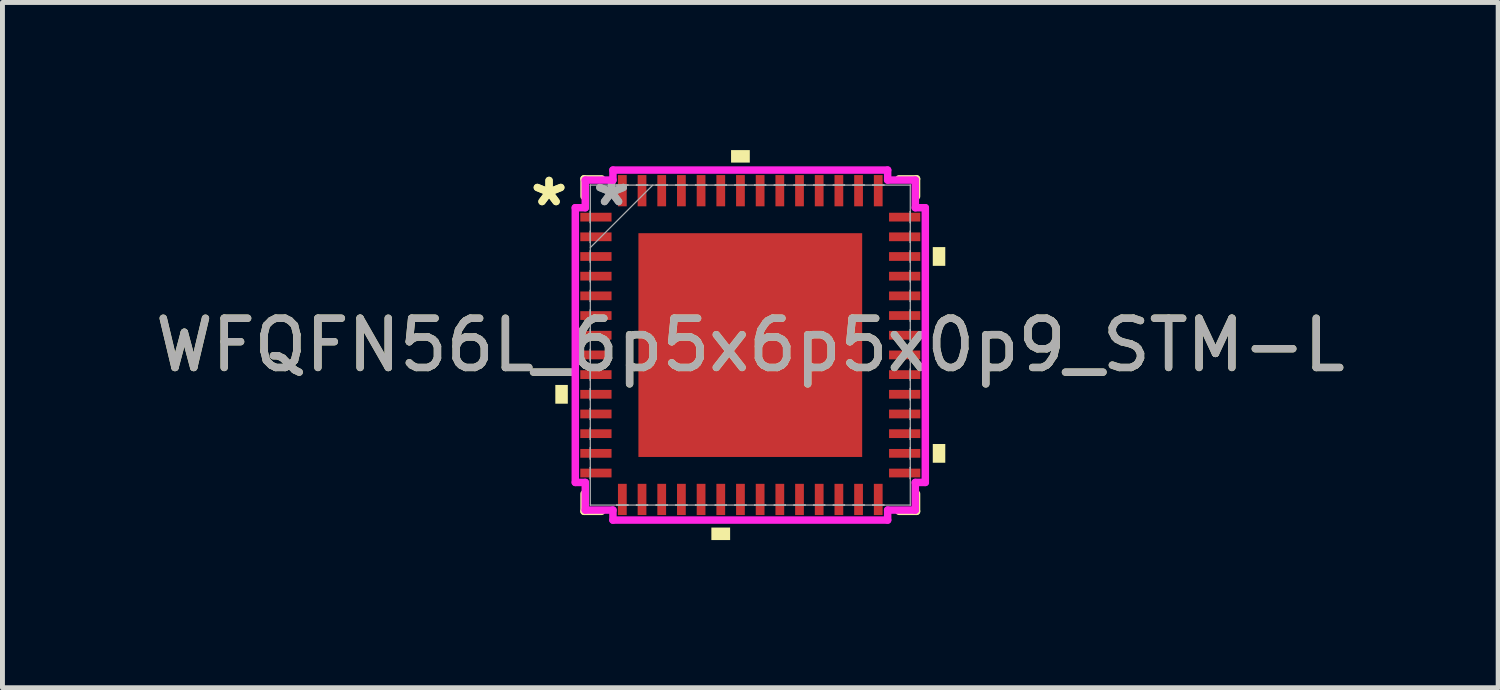
<source format=kicad_pcb>
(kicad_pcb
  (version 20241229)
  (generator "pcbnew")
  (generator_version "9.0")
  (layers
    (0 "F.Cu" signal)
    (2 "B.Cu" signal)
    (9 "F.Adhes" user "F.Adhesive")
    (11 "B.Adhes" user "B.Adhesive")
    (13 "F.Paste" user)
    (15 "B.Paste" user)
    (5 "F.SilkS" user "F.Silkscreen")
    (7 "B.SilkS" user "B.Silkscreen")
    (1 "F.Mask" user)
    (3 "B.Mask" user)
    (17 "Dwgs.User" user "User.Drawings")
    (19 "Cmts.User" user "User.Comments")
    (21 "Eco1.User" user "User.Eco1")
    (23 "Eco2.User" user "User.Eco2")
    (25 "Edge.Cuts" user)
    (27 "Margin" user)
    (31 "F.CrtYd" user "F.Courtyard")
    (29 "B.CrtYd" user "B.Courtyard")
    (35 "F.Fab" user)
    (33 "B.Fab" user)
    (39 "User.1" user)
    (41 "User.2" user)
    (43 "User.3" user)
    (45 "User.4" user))
  (footprint "WFQFN56L_6p5x6p5x0p9_STM-L"
    (layer "F.Cu")
    (at 12.196 3.962)
    (property "Reference" "WFQFN56L_6p5x6p5x0p9_STM-L" (at 0 0 0) (unlocked yes) (layer "F.SilkS") (effects (font (size 1 1) (thickness 0.15))))
    (attr smd)
    (fp_line (start -3.378 -3.378) (end -3.378 -3.022) (stroke (width 0.152) (type solid)) (layer "F.SilkS"))
    (fp_line (start -3.378 3.022) (end -3.378 3.378) (stroke (width 0.152) (type solid)) (layer "F.SilkS"))
    (fp_line (start -3.378 3.378) (end -3.022 3.378) (stroke (width 0.152) (type solid)) (layer "F.SilkS"))
    (fp_line (start -3.022 -3.378) (end -3.378 -3.378) (stroke (width 0.152) (type solid)) (layer "F.SilkS"))
    (fp_line (start 3.022 3.378) (end 3.378 3.378) (stroke (width 0.152) (type solid)) (layer "F.SilkS"))
    (fp_line (start 3.378 -3.378) (end 3.022 -3.378) (stroke (width 0.152) (type solid)) (layer "F.SilkS"))
    (fp_line (start 3.378 -3.022) (end 3.378 -3.378) (stroke (width 0.152) (type solid)) (layer "F.SilkS"))
    (fp_line (start 3.378 3.378) (end 3.378 3.022) (stroke (width 0.152) (type solid)) (layer "F.SilkS"))
    (fp_poly (pts (xy -3.962 0.81) (xy -3.962 1.191) (xy -3.708 1.191) (xy -3.708 0.81)) (stroke (width 0) (type solid)) (fill yes) (layer "F.SilkS"))
    (fp_poly (pts (xy -0.791 3.708) (xy -0.791 3.962) (xy -0.41 3.962) (xy -0.41 3.708)) (stroke (width 0) (type solid)) (fill yes) (layer "F.SilkS"))
    (fp_poly (pts (xy -0.391 -3.708) (xy -0.391 -3.962) (xy -0.01 -3.962) (xy -0.01 -3.708)) (stroke (width 0) (type solid)) (fill yes) (layer "F.SilkS"))
    (fp_poly (pts (xy 3.962 -1.991) (xy 3.962 -1.61) (xy 3.708 -1.61) (xy 3.708 -1.991)) (stroke (width 0) (type solid)) (fill yes) (layer "F.SilkS"))
    (fp_poly (pts (xy 3.962 2.01) (xy 3.962 2.391) (xy 3.708 2.391) (xy 3.708 2.01)) (stroke (width 0) (type solid)) (fill yes) (layer "F.SilkS"))
    (fp_poly (pts (xy -2.173 -2.173) (xy -2.173 -0.858) (xy -0.858 -0.858) (xy -0.858 -2.173)) (stroke (width 0) (type solid)) (fill yes) (layer "F.Paste"))
    (fp_poly (pts (xy -2.173 -0.658) (xy -2.173 0.658) (xy -0.858 0.658) (xy -0.858 -0.658)) (stroke (width 0) (type solid)) (fill yes) (layer "F.Paste"))
    (fp_poly (pts (xy -2.173 0.858) (xy -2.173 2.173) (xy -0.858 2.173) (xy -0.858 0.858)) (stroke (width 0) (type solid)) (fill yes) (layer "F.Paste"))
    (fp_poly (pts (xy -0.658 -2.173) (xy -0.658 -0.858) (xy 0.658 -0.858) (xy 0.658 -2.173)) (stroke (width 0) (type solid)) (fill yes) (layer "F.Paste"))
    (fp_poly (pts (xy -0.658 -0.658) (xy -0.658 0.658) (xy 0.658 0.658) (xy 0.658 -0.658)) (stroke (width 0) (type solid)) (fill yes) (layer "F.Paste"))
    (fp_poly (pts (xy -0.658 0.858) (xy -0.658 2.173) (xy 0.658 2.173) (xy 0.658 0.858)) (stroke (width 0) (type solid)) (fill yes) (layer "F.Paste"))
    (fp_poly (pts (xy 0.858 -2.173) (xy 0.858 -0.858) (xy 2.173 -0.858) (xy 2.173 -2.173)) (stroke (width 0) (type solid)) (fill yes) (layer "F.Paste"))
    (fp_poly (pts (xy 0.858 -0.658) (xy 0.858 0.658) (xy 2.173 0.658) (xy 2.173 -0.658)) (stroke (width 0) (type solid)) (fill yes) (layer "F.Paste"))
    (fp_poly (pts (xy 0.858 0.858) (xy 0.858 2.173) (xy 2.173 2.173) (xy 2.173 0.858)) (stroke (width 0) (type solid)) (fill yes) (layer "F.Paste"))
    (fp_line (start -3.556 -2.791) (end -3.353 -2.791) (stroke (width 0.152) (type solid)) (layer "F.CrtYd"))
    (fp_line (start -3.556 2.791) (end -3.556 -2.791) (stroke (width 0.152) (type solid)) (layer "F.CrtYd"))
    (fp_line (start -3.353 -3.353) (end -2.791 -3.353) (stroke (width 0.152) (type solid)) (layer "F.CrtYd"))
    (fp_line (start -3.353 -2.791) (end -3.353 -3.353) (stroke (width 0.152) (type solid)) (layer "F.CrtYd"))
    (fp_line (start -3.353 2.791) (end -3.556 2.791) (stroke (width 0.152) (type solid)) (layer "F.CrtYd"))
    (fp_line (start -3.353 3.353) (end -3.353 2.791) (stroke (width 0.152) (type solid)) (layer "F.CrtYd"))
    (fp_line (start -2.791 -3.556) (end 2.791 -3.556) (stroke (width 0.152) (type solid)) (layer "F.CrtYd"))
    (fp_line (start -2.791 -3.353) (end -2.791 -3.556) (stroke (width 0.152) (type solid)) (layer "F.CrtYd"))
    (fp_line (start -2.791 3.353) (end -3.353 3.353) (stroke (width 0.152) (type solid)) (layer "F.CrtYd"))
    (fp_line (start -2.791 3.556) (end -2.791 3.353) (stroke (width 0.152) (type solid)) (layer "F.CrtYd"))
    (fp_line (start 2.791 -3.556) (end 2.791 -3.353) (stroke (width 0.152) (type solid)) (layer "F.CrtYd"))
    (fp_line (start 2.791 -3.353) (end 3.353 -3.353) (stroke (width 0.152) (type solid)) (layer "F.CrtYd"))
    (fp_line (start 2.791 3.353) (end 2.791 3.556) (stroke (width 0.152) (type solid)) (layer "F.CrtYd"))
    (fp_line (start 2.791 3.556) (end -2.791 3.556) (stroke (width 0.152) (type solid)) (layer "F.CrtYd"))
    (fp_line (start 3.353 -3.353) (end 3.353 -2.791) (stroke (width 0.152) (type solid)) (layer "F.CrtYd"))
    (fp_line (start 3.353 -2.791) (end 3.556 -2.791) (stroke (width 0.152) (type solid)) (layer "F.CrtYd"))
    (fp_line (start 3.353 2.791) (end 3.353 3.353) (stroke (width 0.152) (type solid)) (layer "F.CrtYd"))
    (fp_line (start 3.353 3.353) (end 2.791 3.353) (stroke (width 0.152) (type solid)) (layer "F.CrtYd"))
    (fp_line (start 3.556 -2.791) (end 3.556 2.791) (stroke (width 0.152) (type solid)) (layer "F.CrtYd"))
    (fp_line (start 3.556 2.791) (end 3.353 2.791) (stroke (width 0.152) (type solid)) (layer "F.CrtYd"))
    (fp_line (start -3.251 -3.251) (end -3.251 -3.251) (stroke (width 0.025) (type solid)) (layer "F.Fab"))
    (fp_line (start -3.251 -3.251) (end -3.251 3.251) (stroke (width 0.025) (type solid)) (layer "F.Fab"))
    (fp_line (start -3.251 -2.715) (end -3.251 -2.715) (stroke (width 0.025) (type solid)) (layer "F.Fab"))
    (fp_line (start -3.251 -2.715) (end -3.251 -2.486) (stroke (width 0.025) (type solid)) (layer "F.Fab"))
    (fp_line (start -3.251 -2.486) (end -3.251 -2.715) (stroke (width 0.025) (type solid)) (layer "F.Fab"))
    (fp_line (start -3.251 -2.486) (end -3.251 -2.486) (stroke (width 0.025) (type solid)) (layer "F.Fab"))
    (fp_line (start -3.251 -2.315) (end -3.251 -2.315) (stroke (width 0.025) (type solid)) (layer "F.Fab"))
    (fp_line (start -3.251 -2.315) (end -3.251 -2.086) (stroke (width 0.025) (type solid)) (layer "F.Fab"))
    (fp_line (start -3.251 -2.086) (end -3.251 -2.315) (stroke (width 0.025) (type solid)) (layer "F.Fab"))
    (fp_line (start -3.251 -2.086) (end -3.251 -2.086) (stroke (width 0.025) (type solid)) (layer "F.Fab"))
    (fp_line (start -3.251 -1.981) (end -1.981 -3.251) (stroke (width 0.025) (type solid)) (layer "F.Fab"))
    (fp_line (start -3.251 -1.915) (end -3.251 -1.915) (stroke (width 0.025) (type solid)) (layer "F.Fab"))
    (fp_line (start -3.251 -1.915) (end -3.251 -1.686) (stroke (width 0.025) (type solid)) (layer "F.Fab"))
    (fp_line (start -3.251 -1.686) (end -3.251 -1.915) (stroke (width 0.025) (type solid)) (layer "F.Fab"))
    (fp_line (start -3.251 -1.686) (end -3.251 -1.686) (stroke (width 0.025) (type solid)) (layer "F.Fab"))
    (fp_line (start -3.251 -1.514) (end -3.251 -1.514) (stroke (width 0.025) (type solid)) (layer "F.Fab"))
    (fp_line (start -3.251 -1.514) (end -3.251 -1.286) (stroke (width 0.025) (type solid)) (layer "F.Fab"))
    (fp_line (start -3.251 -1.286) (end -3.251 -1.514) (stroke (width 0.025) (type solid)) (layer "F.Fab"))
    (fp_line (start -3.251 -1.286) (end -3.251 -1.286) (stroke (width 0.025) (type solid)) (layer "F.Fab"))
    (fp_line (start -3.251 -1.114) (end -3.251 -1.114) (stroke (width 0.025) (type solid)) (layer "F.Fab"))
    (fp_line (start -3.251 -1.114) (end -3.251 -0.886) (stroke (width 0.025) (type solid)) (layer "F.Fab"))
    (fp_line (start -3.251 -0.886) (end -3.251 -1.114) (stroke (width 0.025) (type solid)) (layer "F.Fab"))
    (fp_line (start -3.251 -0.886) (end -3.251 -0.886) (stroke (width 0.025) (type solid)) (layer "F.Fab"))
    (fp_line (start -3.251 -0.714) (end -3.251 -0.714) (stroke (width 0.025) (type solid)) (layer "F.Fab"))
    (fp_line (start -3.251 -0.714) (end -3.251 -0.486) (stroke (width 0.025) (type solid)) (layer "F.Fab"))
    (fp_line (start -3.251 -0.486) (end -3.251 -0.714) (stroke (width 0.025) (type solid)) (layer "F.Fab"))
    (fp_line (start -3.251 -0.486) (end -3.251 -0.486) (stroke (width 0.025) (type solid)) (layer "F.Fab"))
    (fp_line (start -3.251 -0.314) (end -3.251 -0.314) (stroke (width 0.025) (type solid)) (layer "F.Fab"))
    (fp_line (start -3.251 -0.314) (end -3.251 -0.086) (stroke (width 0.025) (type solid)) (layer "F.Fab"))
    (fp_line (start -3.251 -0.086) (end -3.251 -0.314) (stroke (width 0.025) (type solid)) (layer "F.Fab"))
    (fp_line (start -3.251 -0.086) (end -3.251 -0.086) (stroke (width 0.025) (type solid)) (layer "F.Fab"))
    (fp_line (start -3.251 0.086) (end -3.251 0.086) (stroke (width 0.025) (type solid)) (layer "F.Fab"))
    (fp_line (start -3.251 0.086) (end -3.251 0.314) (stroke (width 0.025) (type solid)) (layer "F.Fab"))
    (fp_line (start -3.251 0.314) (end -3.251 0.086) (stroke (width 0.025) (type solid)) (layer "F.Fab"))
    (fp_line (start -3.251 0.314) (end -3.251 0.314) (stroke (width 0.025) (type solid)) (layer "F.Fab"))
    (fp_line (start -3.251 0.486) (end -3.251 0.486) (stroke (width 0.025) (type solid)) (layer "F.Fab"))
    (fp_line (start -3.251 0.486) (end -3.251 0.714) (stroke (width 0.025) (type solid)) (layer "F.Fab"))
    (fp_line (start -3.251 0.714) (end -3.251 0.486) (stroke (width 0.025) (type solid)) (layer "F.Fab"))
    (fp_line (start -3.251 0.714) (end -3.251 0.714) (stroke (width 0.025) (type solid)) (layer "F.Fab"))
    (fp_line (start -3.251 0.886) (end -3.251 0.886) (stroke (width 0.025) (type solid)) (layer "F.Fab"))
    (fp_line (start -3.251 0.886) (end -3.251 1.114) (stroke (width 0.025) (type solid)) (layer "F.Fab"))
    (fp_line (start -3.251 1.114) (end -3.251 0.886) (stroke (width 0.025) (type solid)) (layer "F.Fab"))
    (fp_line (start -3.251 1.114) (end -3.251 1.114) (stroke (width 0.025) (type solid)) (layer "F.Fab"))
    (fp_line (start -3.251 1.286) (end -3.251 1.286) (stroke (width 0.025) (type solid)) (layer "F.Fab"))
    (fp_line (start -3.251 1.286) (end -3.251 1.514) (stroke (width 0.025) (type solid)) (layer "F.Fab"))
    (fp_line (start -3.251 1.514) (end -3.251 1.286) (stroke (width 0.025) (type solid)) (layer "F.Fab"))
    (fp_line (start -3.251 1.514) (end -3.251 1.514) (stroke (width 0.025) (type solid)) (layer "F.Fab"))
    (fp_line (start -3.251 1.686) (end -3.251 1.686) (stroke (width 0.025) (type solid)) (layer "F.Fab"))
    (fp_line (start -3.251 1.686) (end -3.251 1.915) (stroke (width 0.025) (type solid)) (layer "F.Fab"))
    (fp_line (start -3.251 1.915) (end -3.251 1.686) (stroke (width 0.025) (type solid)) (layer "F.Fab"))
    (fp_line (start -3.251 1.915) (end -3.251 1.915) (stroke (width 0.025) (type solid)) (layer "F.Fab"))
    (fp_line (start -3.251 2.086) (end -3.251 2.086) (stroke (width 0.025) (type solid)) (layer "F.Fab"))
    (fp_line (start -3.251 2.086) (end -3.251 2.315) (stroke (width 0.025) (type solid)) (layer "F.Fab"))
    (fp_line (start -3.251 2.315) (end -3.251 2.086) (stroke (width 0.025) (type solid)) (layer "F.Fab"))
    (fp_line (start -3.251 2.315) (end -3.251 2.315) (stroke (width 0.025) (type solid)) (layer "F.Fab"))
    (fp_line (start -3.251 2.486) (end -3.251 2.486) (stroke (width 0.025) (type solid)) (layer "F.Fab"))
    (fp_line (start -3.251 2.486) (end -3.251 2.715) (stroke (width 0.025) (type solid)) (layer "F.Fab"))
    (fp_line (start -3.251 2.715) (end -3.251 2.486) (stroke (width 0.025) (type solid)) (layer "F.Fab"))
    (fp_line (start -3.251 2.715) (end -3.251 2.715) (stroke (width 0.025) (type solid)) (layer "F.Fab"))
    (fp_line (start -3.251 3.251) (end -3.251 3.251) (stroke (width 0.025) (type solid)) (layer "F.Fab"))
    (fp_line (start -3.251 3.251) (end 3.251 3.251) (stroke (width 0.025) (type solid)) (layer "F.Fab"))
    (fp_line (start -2.715 -3.251) (end -2.715 -3.251) (stroke (width 0.025) (type solid)) (layer "F.Fab"))
    (fp_line (start -2.715 -3.251) (end -2.486 -3.251) (stroke (width 0.025) (type solid)) (layer "F.Fab"))
    (fp_line (start -2.715 3.251) (end -2.715 3.251) (stroke (width 0.025) (type solid)) (layer "F.Fab"))
    (fp_line (start -2.715 3.251) (end -2.486 3.251) (stroke (width 0.025) (type solid)) (layer "F.Fab"))
    (fp_line (start -2.486 -3.251) (end -2.715 -3.251) (stroke (width 0.025) (type solid)) (layer "F.Fab"))
    (fp_line (start -2.486 -3.251) (end -2.486 -3.251) (stroke (width 0.025) (type solid)) (layer "F.Fab"))
    (fp_line (start -2.486 3.251) (end -2.715 3.251) (stroke (width 0.025) (type solid)) (layer "F.Fab"))
    (fp_line (start -2.486 3.251) (end -2.486 3.251) (stroke (width 0.025) (type solid)) (layer "F.Fab"))
    (fp_line (start -2.315 -3.251) (end -2.315 -3.251) (stroke (width 0.025) (type solid)) (layer "F.Fab"))
    (fp_line (start -2.315 -3.251) (end -2.086 -3.251) (stroke (width 0.025) (type solid)) (layer "F.Fab"))
    (fp_line (start -2.315 3.251) (end -2.315 3.251) (stroke (width 0.025) (type solid)) (layer "F.Fab"))
    (fp_line (start -2.315 3.251) (end -2.086 3.251) (stroke (width 0.025) (type solid)) (layer "F.Fab"))
    (fp_line (start -2.086 -3.251) (end -2.315 -3.251) (stroke (width 0.025) (type solid)) (layer "F.Fab"))
    (fp_line (start -2.086 -3.251) (end -2.086 -3.251) (stroke (width 0.025) (type solid)) (layer "F.Fab"))
    (fp_line (start -2.086 3.251) (end -2.315 3.251) (stroke (width 0.025) (type solid)) (layer "F.Fab"))
    (fp_line (start -2.086 3.251) (end -2.086 3.251) (stroke (width 0.025) (type solid)) (layer "F.Fab"))
    (fp_line (start -1.915 -3.251) (end -1.915 -3.251) (stroke (width 0.025) (type solid)) (layer "F.Fab"))
    (fp_line (start -1.915 -3.251) (end -1.686 -3.251) (stroke (width 0.025) (type solid)) (layer "F.Fab"))
    (fp_line (start -1.915 3.251) (end -1.915 3.251) (stroke (width 0.025) (type solid)) (layer "F.Fab"))
    (fp_line (start -1.915 3.251) (end -1.686 3.251) (stroke (width 0.025) (type solid)) (layer "F.Fab"))
    (fp_line (start -1.686 -3.251) (end -1.915 -3.251) (stroke (width 0.025) (type solid)) (layer "F.Fab"))
    (fp_line (start -1.686 -3.251) (end -1.686 -3.251) (stroke (width 0.025) (type solid)) (layer "F.Fab"))
    (fp_line (start -1.686 3.251) (end -1.915 3.251) (stroke (width 0.025) (type solid)) (layer "F.Fab"))
    (fp_line (start -1.686 3.251) (end -1.686 3.251) (stroke (width 0.025) (type solid)) (layer "F.Fab"))
    (fp_line (start -1.514 -3.251) (end -1.514 -3.251) (stroke (width 0.025) (type solid)) (layer "F.Fab"))
    (fp_line (start -1.514 -3.251) (end -1.286 -3.251) (stroke (width 0.025) (type solid)) (layer "F.Fab"))
    (fp_line (start -1.514 3.251) (end -1.514 3.251) (stroke (width 0.025) (type solid)) (layer "F.Fab"))
    (fp_line (start -1.514 3.251) (end -1.286 3.251) (stroke (width 0.025) (type solid)) (layer "F.Fab"))
    (fp_line (start -1.286 -3.251) (end -1.514 -3.251) (stroke (width 0.025) (type solid)) (layer "F.Fab"))
    (fp_line (start -1.286 -3.251) (end -1.286 -3.251) (stroke (width 0.025) (type solid)) (layer "F.Fab"))
    (fp_line (start -1.286 3.251) (end -1.514 3.251) (stroke (width 0.025) (type solid)) (layer "F.Fab"))
    (fp_line (start -1.286 3.251) (end -1.286 3.251) (stroke (width 0.025) (type solid)) (layer "F.Fab"))
    (fp_line (start -1.114 -3.251) (end -1.114 -3.251) (stroke (width 0.025) (type solid)) (layer "F.Fab"))
    (fp_line (start -1.114 -3.251) (end -0.886 -3.251) (stroke (width 0.025) (type solid)) (layer "F.Fab"))
    (fp_line (start -1.114 3.251) (end -1.114 3.251) (stroke (width 0.025) (type solid)) (layer "F.Fab"))
    (fp_line (start -1.114 3.251) (end -0.886 3.251) (stroke (width 0.025) (type solid)) (layer "F.Fab"))
    (fp_line (start -0.886 -3.251) (end -1.114 -3.251) (stroke (width 0.025) (type solid)) (layer "F.Fab"))
    (fp_line (start -0.886 -3.251) (end -0.886 -3.251) (stroke (width 0.025) (type solid)) (layer "F.Fab"))
    (fp_line (start -0.886 3.251) (end -1.114 3.251) (stroke (width 0.025) (type solid)) (layer "F.Fab"))
    (fp_line (start -0.886 3.251) (end -0.886 3.251) (stroke (width 0.025) (type solid)) (layer "F.Fab"))
    (fp_line (start -0.714 -3.251) (end -0.714 -3.251) (stroke (width 0.025) (type solid)) (layer "F.Fab"))
    (fp_line (start -0.714 -3.251) (end -0.486 -3.251) (stroke (width 0.025) (type solid)) (layer "F.Fab"))
    (fp_line (start -0.714 3.251) (end -0.714 3.251) (stroke (width 0.025) (type solid)) (layer "F.Fab"))
    (fp_line (start -0.714 3.251) (end -0.486 3.251) (stroke (width 0.025) (type solid)) (layer "F.Fab"))
    (fp_line (start -0.486 -3.251) (end -0.714 -3.251) (stroke (width 0.025) (type solid)) (layer "F.Fab"))
    (fp_line (start -0.486 -3.251) (end -0.486 -3.251) (stroke (width 0.025) (type solid)) (layer "F.Fab"))
    (fp_line (start -0.486 3.251) (end -0.714 3.251) (stroke (width 0.025) (type solid)) (layer "F.Fab"))
    (fp_line (start -0.486 3.251) (end -0.486 3.251) (stroke (width 0.025) (type solid)) (layer "F.Fab"))
    (fp_line (start -0.314 -3.251) (end -0.314 -3.251) (stroke (width 0.025) (type solid)) (layer "F.Fab"))
    (fp_line (start -0.314 -3.251) (end -0.086 -3.251) (stroke (width 0.025) (type solid)) (layer "F.Fab"))
    (fp_line (start -0.314 3.251) (end -0.314 3.251) (stroke (width 0.025) (type solid)) (layer "F.Fab"))
    (fp_line (start -0.314 3.251) (end -0.086 3.251) (stroke (width 0.025) (type solid)) (layer "F.Fab"))
    (fp_line (start -0.086 -3.251) (end -0.314 -3.251) (stroke (width 0.025) (type solid)) (layer "F.Fab"))
    (fp_line (start -0.086 -3.251) (end -0.086 -3.251) (stroke (width 0.025) (type solid)) (layer "F.Fab"))
    (fp_line (start -0.086 3.251) (end -0.314 3.251) (stroke (width 0.025) (type solid)) (layer "F.Fab"))
    (fp_line (start -0.086 3.251) (end -0.086 3.251) (stroke (width 0.025) (type solid)) (layer "F.Fab"))
    (fp_line (start 0.086 -3.251) (end 0.086 -3.251) (stroke (width 0.025) (type solid)) (layer "F.Fab"))
    (fp_line (start 0.086 -3.251) (end 0.314 -3.251) (stroke (width 0.025) (type solid)) (layer "F.Fab"))
    (fp_line (start 0.086 3.251) (end 0.086 3.251) (stroke (width 0.025) (type solid)) (layer "F.Fab"))
    (fp_line (start 0.086 3.251) (end 0.314 3.251) (stroke (width 0.025) (type solid)) (layer "F.Fab"))
    (fp_line (start 0.314 -3.251) (end 0.086 -3.251) (stroke (width 0.025) (type solid)) (layer "F.Fab"))
    (fp_line (start 0.314 -3.251) (end 0.314 -3.251) (stroke (width 0.025) (type solid)) (layer "F.Fab"))
    (fp_line (start 0.314 3.251) (end 0.086 3.251) (stroke (width 0.025) (type solid)) (layer "F.Fab"))
    (fp_line (start 0.314 3.251) (end 0.314 3.251) (stroke (width 0.025) (type solid)) (layer "F.Fab"))
    (fp_line (start 0.486 -3.251) (end 0.486 -3.251) (stroke (width 0.025) (type solid)) (layer "F.Fab"))
    (fp_line (start 0.486 -3.251) (end 0.714 -3.251) (stroke (width 0.025) (type solid)) (layer "F.Fab"))
    (fp_line (start 0.486 3.251) (end 0.486 3.251) (stroke (width 0.025) (type solid)) (layer "F.Fab"))
    (fp_line (start 0.486 3.251) (end 0.714 3.251) (stroke (width 0.025) (type solid)) (layer "F.Fab"))
    (fp_line (start 0.714 -3.251) (end 0.486 -3.251) (stroke (width 0.025) (type solid)) (layer "F.Fab"))
    (fp_line (start 0.714 -3.251) (end 0.714 -3.251) (stroke (width 0.025) (type solid)) (layer "F.Fab"))
    (fp_line (start 0.714 3.251) (end 0.486 3.251) (stroke (width 0.025) (type solid)) (layer "F.Fab"))
    (fp_line (start 0.714 3.251) (end 0.714 3.251) (stroke (width 0.025) (type solid)) (layer "F.Fab"))
    (fp_line (start 0.886 -3.251) (end 0.886 -3.251) (stroke (width 0.025) (type solid)) (layer "F.Fab"))
    (fp_line (start 0.886 -3.251) (end 1.114 -3.251) (stroke (width 0.025) (type solid)) (layer "F.Fab"))
    (fp_line (start 0.886 3.251) (end 0.886 3.251) (stroke (width 0.025) (type solid)) (layer "F.Fab"))
    (fp_line (start 0.886 3.251) (end 1.114 3.251) (stroke (width 0.025) (type solid)) (layer "F.Fab"))
    (fp_line (start 1.114 -3.251) (end 0.886 -3.251) (stroke (width 0.025) (type solid)) (layer "F.Fab"))
    (fp_line (start 1.114 -3.251) (end 1.114 -3.251) (stroke (width 0.025) (type solid)) (layer "F.Fab"))
    (fp_line (start 1.114 3.251) (end 0.886 3.251) (stroke (width 0.025) (type solid)) (layer "F.Fab"))
    (fp_line (start 1.114 3.251) (end 1.114 3.251) (stroke (width 0.025) (type solid)) (layer "F.Fab"))
    (fp_line (start 1.286 -3.251) (end 1.286 -3.251) (stroke (width 0.025) (type solid)) (layer "F.Fab"))
    (fp_line (start 1.286 -3.251) (end 1.514 -3.251) (stroke (width 0.025) (type solid)) (layer "F.Fab"))
    (fp_line (start 1.286 3.251) (end 1.286 3.251) (stroke (width 0.025) (type solid)) (layer "F.Fab"))
    (fp_line (start 1.286 3.251) (end 1.514 3.251) (stroke (width 0.025) (type solid)) (layer "F.Fab"))
    (fp_line (start 1.514 -3.251) (end 1.286 -3.251) (stroke (width 0.025) (type solid)) (layer "F.Fab"))
    (fp_line (start 1.514 -3.251) (end 1.514 -3.251) (stroke (width 0.025) (type solid)) (layer "F.Fab"))
    (fp_line (start 1.514 3.251) (end 1.286 3.251) (stroke (width 0.025) (type solid)) (layer "F.Fab"))
    (fp_line (start 1.514 3.251) (end 1.514 3.251) (stroke (width 0.025) (type solid)) (layer "F.Fab"))
    (fp_line (start 1.686 -3.251) (end 1.686 -3.251) (stroke (width 0.025) (type solid)) (layer "F.Fab"))
    (fp_line (start 1.686 -3.251) (end 1.915 -3.251) (stroke (width 0.025) (type solid)) (layer "F.Fab"))
    (fp_line (start 1.686 3.251) (end 1.686 3.251) (stroke (width 0.025) (type solid)) (layer "F.Fab"))
    (fp_line (start 1.686 3.251) (end 1.915 3.251) (stroke (width 0.025) (type solid)) (layer "F.Fab"))
    (fp_line (start 1.915 -3.251) (end 1.686 -3.251) (stroke (width 0.025) (type solid)) (layer "F.Fab"))
    (fp_line (start 1.915 -3.251) (end 1.915 -3.251) (stroke (width 0.025) (type solid)) (layer "F.Fab"))
    (fp_line (start 1.915 3.251) (end 1.686 3.251) (stroke (width 0.025) (type solid)) (layer "F.Fab"))
    (fp_line (start 1.915 3.251) (end 1.915 3.251) (stroke (width 0.025) (type solid)) (layer "F.Fab"))
    (fp_line (start 2.086 -3.251) (end 2.086 -3.251) (stroke (width 0.025) (type solid)) (layer "F.Fab"))
    (fp_line (start 2.086 -3.251) (end 2.315 -3.251) (stroke (width 0.025) (type solid)) (layer "F.Fab"))
    (fp_line (start 2.086 3.251) (end 2.086 3.251) (stroke (width 0.025) (type solid)) (layer "F.Fab"))
    (fp_line (start 2.086 3.251) (end 2.315 3.251) (stroke (width 0.025) (type solid)) (layer "F.Fab"))
    (fp_line (start 2.315 -3.251) (end 2.086 -3.251) (stroke (width 0.025) (type solid)) (layer "F.Fab"))
    (fp_line (start 2.315 -3.251) (end 2.315 -3.251) (stroke (width 0.025) (type solid)) (layer "F.Fab"))
    (fp_line (start 2.315 3.251) (end 2.086 3.251) (stroke (width 0.025) (type solid)) (layer "F.Fab"))
    (fp_line (start 2.315 3.251) (end 2.315 3.251) (stroke (width 0.025) (type solid)) (layer "F.Fab"))
    (fp_line (start 2.486 -3.251) (end 2.486 -3.251) (stroke (width 0.025) (type solid)) (layer "F.Fab"))
    (fp_line (start 2.486 -3.251) (end 2.715 -3.251) (stroke (width 0.025) (type solid)) (layer "F.Fab"))
    (fp_line (start 2.486 3.251) (end 2.486 3.251) (stroke (width 0.025) (type solid)) (layer "F.Fab"))
    (fp_line (start 2.486 3.251) (end 2.715 3.251) (stroke (width 0.025) (type solid)) (layer "F.Fab"))
    (fp_line (start 2.715 -3.251) (end 2.486 -3.251) (stroke (width 0.025) (type solid)) (layer "F.Fab"))
    (fp_line (start 2.715 -3.251) (end 2.715 -3.251) (stroke (width 0.025) (type solid)) (layer "F.Fab"))
    (fp_line (start 2.715 3.251) (end 2.486 3.251) (stroke (width 0.025) (type solid)) (layer "F.Fab"))
    (fp_line (start 2.715 3.251) (end 2.715 3.251) (stroke (width 0.025) (type solid)) (layer "F.Fab"))
    (fp_line (start 3.251 -3.251) (end -3.251 -3.251) (stroke (width 0.025) (type solid)) (layer "F.Fab"))
    (fp_line (start 3.251 -3.251) (end 3.251 -3.251) (stroke (width 0.025) (type solid)) (layer "F.Fab"))
    (fp_line (start 3.251 -2.715) (end 3.251 -2.715) (stroke (width 0.025) (type solid)) (layer "F.Fab"))
    (fp_line (start 3.251 -2.715) (end 3.251 -2.486) (stroke (width 0.025) (type solid)) (layer "F.Fab"))
    (fp_line (start 3.251 -2.486) (end 3.251 -2.715) (stroke (width 0.025) (type solid)) (layer "F.Fab"))
    (fp_line (start 3.251 -2.486) (end 3.251 -2.486) (stroke (width 0.025) (type solid)) (layer "F.Fab"))
    (fp_line (start 3.251 -2.315) (end 3.251 -2.315) (stroke (width 0.025) (type solid)) (layer "F.Fab"))
    (fp_line (start 3.251 -2.315) (end 3.251 -2.086) (stroke (width 0.025) (type solid)) (layer "F.Fab"))
    (fp_line (start 3.251 -2.086) (end 3.251 -2.315) (stroke (width 0.025) (type solid)) (layer "F.Fab"))
    (fp_line (start 3.251 -2.086) (end 3.251 -2.086) (stroke (width 0.025) (type solid)) (layer "F.Fab"))
    (fp_line (start 3.251 -1.915) (end 3.251 -1.915) (stroke (width 0.025) (type solid)) (layer "F.Fab"))
    (fp_line (start 3.251 -1.915) (end 3.251 -1.686) (stroke (width 0.025) (type solid)) (layer "F.Fab"))
    (fp_line (start 3.251 -1.686) (end 3.251 -1.915) (stroke (width 0.025) (type solid)) (layer "F.Fab"))
    (fp_line (start 3.251 -1.686) (end 3.251 -1.686) (stroke (width 0.025) (type solid)) (layer "F.Fab"))
    (fp_line (start 3.251 -1.514) (end 3.251 -1.514) (stroke (width 0.025) (type solid)) (layer "F.Fab"))
    (fp_line (start 3.251 -1.514) (end 3.251 -1.286) (stroke (width 0.025) (type solid)) (layer "F.Fab"))
    (fp_line (start 3.251 -1.286) (end 3.251 -1.514) (stroke (width 0.025) (type solid)) (layer "F.Fab"))
    (fp_line (start 3.251 -1.286) (end 3.251 -1.286) (stroke (width 0.025) (type solid)) (layer "F.Fab"))
    (fp_line (start 3.251 -1.114) (end 3.251 -1.114) (stroke (width 0.025) (type solid)) (layer "F.Fab"))
    (fp_line (start 3.251 -1.114) (end 3.251 -0.886) (stroke (width 0.025) (type solid)) (layer "F.Fab"))
    (fp_line (start 3.251 -0.886) (end 3.251 -1.114) (stroke (width 0.025) (type solid)) (layer "F.Fab"))
    (fp_line (start 3.251 -0.886) (end 3.251 -0.886) (stroke (width 0.025) (type solid)) (layer "F.Fab"))
    (fp_line (start 3.251 -0.714) (end 3.251 -0.714) (stroke (width 0.025) (type solid)) (layer "F.Fab"))
    (fp_line (start 3.251 -0.714) (end 3.251 -0.486) (stroke (width 0.025) (type solid)) (layer "F.Fab"))
    (fp_line (start 3.251 -0.486) (end 3.251 -0.714) (stroke (width 0.025) (type solid)) (layer "F.Fab"))
    (fp_line (start 3.251 -0.486) (end 3.251 -0.486) (stroke (width 0.025) (type solid)) (layer "F.Fab"))
    (fp_line (start 3.251 -0.314) (end 3.251 -0.314) (stroke (width 0.025) (type solid)) (layer "F.Fab"))
    (fp_line (start 3.251 -0.314) (end 3.251 -0.086) (stroke (width 0.025) (type solid)) (layer "F.Fab"))
    (fp_line (start 3.251 -0.086) (end 3.251 -0.314) (stroke (width 0.025) (type solid)) (layer "F.Fab"))
    (fp_line (start 3.251 -0.086) (end 3.251 -0.086) (stroke (width 0.025) (type solid)) (layer "F.Fab"))
    (fp_line (start 3.251 0.086) (end 3.251 0.086) (stroke (width 0.025) (type solid)) (layer "F.Fab"))
    (fp_line (start 3.251 0.086) (end 3.251 0.314) (stroke (width 0.025) (type solid)) (layer "F.Fab"))
    (fp_line (start 3.251 0.314) (end 3.251 0.086) (stroke (width 0.025) (type solid)) (layer "F.Fab"))
    (fp_line (start 3.251 0.314) (end 3.251 0.314) (stroke (width 0.025) (type solid)) (layer "F.Fab"))
    (fp_line (start 3.251 0.486) (end 3.251 0.486) (stroke (width 0.025) (type solid)) (layer "F.Fab"))
    (fp_line (start 3.251 0.486) (end 3.251 0.714) (stroke (width 0.025) (type solid)) (layer "F.Fab"))
    (fp_line (start 3.251 0.714) (end 3.251 0.486) (stroke (width 0.025) (type solid)) (layer "F.Fab"))
    (fp_line (start 3.251 0.714) (end 3.251 0.714) (stroke (width 0.025) (type solid)) (layer "F.Fab"))
    (fp_line (start 3.251 0.886) (end 3.251 0.886) (stroke (width 0.025) (type solid)) (layer "F.Fab"))
    (fp_line (start 3.251 0.886) (end 3.251 1.114) (stroke (width 0.025) (type solid)) (layer "F.Fab"))
    (fp_line (start 3.251 1.114) (end 3.251 0.886) (stroke (width 0.025) (type solid)) (layer "F.Fab"))
    (fp_line (start 3.251 1.114) (end 3.251 1.114) (stroke (width 0.025) (type solid)) (layer "F.Fab"))
    (fp_line (start 3.251 1.286) (end 3.251 1.286) (stroke (width 0.025) (type solid)) (layer "F.Fab"))
    (fp_line (start 3.251 1.286) (end 3.251 1.514) (stroke (width 0.025) (type solid)) (layer "F.Fab"))
    (fp_line (start 3.251 1.514) (end 3.251 1.286) (stroke (width 0.025) (type solid)) (layer "F.Fab"))
    (fp_line (start 3.251 1.514) (end 3.251 1.514) (stroke (width 0.025) (type solid)) (layer "F.Fab"))
    (fp_line (start 3.251 1.686) (end 3.251 1.686) (stroke (width 0.025) (type solid)) (layer "F.Fab"))
    (fp_line (start 3.251 1.686) (end 3.251 1.915) (stroke (width 0.025) (type solid)) (layer "F.Fab"))
    (fp_line (start 3.251 1.915) (end 3.251 1.686) (stroke (width 0.025) (type solid)) (layer "F.Fab"))
    (fp_line (start 3.251 1.915) (end 3.251 1.915) (stroke (width 0.025) (type solid)) (layer "F.Fab"))
    (fp_line (start 3.251 2.086) (end 3.251 2.086) (stroke (width 0.025) (type solid)) (layer "F.Fab"))
    (fp_line (start 3.251 2.086) (end 3.251 2.315) (stroke (width 0.025) (type solid)) (layer "F.Fab"))
    (fp_line (start 3.251 2.315) (end 3.251 2.086) (stroke (width 0.025) (type solid)) (layer "F.Fab"))
    (fp_line (start 3.251 2.315) (end 3.251 2.315) (stroke (width 0.025) (type solid)) (layer "F.Fab"))
    (fp_line (start 3.251 2.486) (end 3.251 2.486) (stroke (width 0.025) (type solid)) (layer "F.Fab"))
    (fp_line (start 3.251 2.486) (end 3.251 2.715) (stroke (width 0.025) (type solid)) (layer "F.Fab"))
    (fp_line (start 3.251 2.715) (end 3.251 2.486) (stroke (width 0.025) (type solid)) (layer "F.Fab"))
    (fp_line (start 3.251 2.715) (end 3.251 2.715) (stroke (width 0.025) (type solid)) (layer "F.Fab"))
    (fp_line (start 3.251 3.251) (end 3.251 -3.251) (stroke (width 0.025) (type solid)) (layer "F.Fab"))
    (fp_line (start 3.251 3.251) (end 3.251 3.251) (stroke (width 0.025) (type solid)) (layer "F.Fab"))
    (fp_text user "*" (at -4.089 -2.8 0) (layer "F.SilkS") (effects (font (size 1 1) (thickness 0.15))))
    (fp_text user "*" (at -4.089 -2.8 0) (unlocked yes) (layer "F.SilkS") (effects (font (size 1 1) (thickness 0.15))))
    (fp_text user "*" (at -2.819 -2.8 0) (unlocked yes) (layer "F.Fab") (effects (font (size 1 1) (thickness 0.15))))
    (fp_text user "${REFERENCE}" (at 0 0 0) (unlocked yes) (layer "F.Fab") (effects (font (size 1 1) (thickness 0.15))))
    (fp_text user "*" (at -2.819 -2.8 0) (layer "F.Fab") (effects (font (size 1 1) (thickness 0.15))))
    (pad "1" smd rect (at -3.137 -2.6 90) (size 0.178 0.635) (layers "F.Cu" "F.Mask" "F.Paste"))
    (pad "2" smd rect (at -3.137 -2.2 90) (size 0.178 0.635) (layers "F.Cu" "F.Mask" "F.Paste"))
    (pad "3" smd rect (at -3.137 -1.8 90) (size 0.178 0.635) (layers "F.Cu" "F.Mask" "F.Paste"))
    (pad "4" smd rect (at -3.137 -1.4 90) (size 0.178 0.635) (layers "F.Cu" "F.Mask" "F.Paste"))
    (pad "5" smd rect (at -3.137 -1 90) (size 0.178 0.635) (layers "F.Cu" "F.Mask" "F.Paste"))
    (pad "6" smd rect (at -3.137 -0.6 90) (size 0.178 0.635) (layers "F.Cu" "F.Mask" "F.Paste"))
    (pad "7" smd rect (at -3.137 -0.2 90) (size 0.178 0.635) (layers "F.Cu" "F.Mask" "F.Paste"))
    (pad "8" smd rect (at -3.137 0.2 90) (size 0.178 0.635) (layers "F.Cu" "F.Mask" "F.Paste"))
    (pad "9" smd rect (at -3.137 0.6 90) (size 0.178 0.635) (layers "F.Cu" "F.Mask" "F.Paste"))
    (pad "10" smd rect (at -3.137 1 90) (size 0.178 0.635) (layers "F.Cu" "F.Mask" "F.Paste"))
    (pad "11" smd rect (at -3.137 1.4 90) (size 0.178 0.635) (layers "F.Cu" "F.Mask" "F.Paste"))
    (pad "12" smd rect (at -3.137 1.8 90) (size 0.178 0.635) (layers "F.Cu" "F.Mask" "F.Paste"))
    (pad "13" smd rect (at -3.137 2.2 90) (size 0.178 0.635) (layers "F.Cu" "F.Mask" "F.Paste"))
    (pad "14" smd rect (at -3.137 2.6 90) (size 0.178 0.635) (layers "F.Cu" "F.Mask" "F.Paste"))
    (pad "15" smd rect (at -2.6 3.137) (size 0.178 0.635) (layers "F.Cu" "F.Mask" "F.Paste"))
    (pad "16" smd rect (at -2.2 3.137) (size 0.178 0.635) (layers "F.Cu" "F.Mask" "F.Paste"))
    (pad "17" smd rect (at -1.8 3.137) (size 0.178 0.635) (layers "F.Cu" "F.Mask" "F.Paste"))
    (pad "18" smd rect (at -1.4 3.137) (size 0.178 0.635) (layers "F.Cu" "F.Mask" "F.Paste"))
    (pad "19" smd rect (at -1 3.137) (size 0.178 0.635) (layers "F.Cu" "F.Mask" "F.Paste"))
    (pad "20" smd rect (at -0.6 3.137) (size 0.178 0.635) (layers "F.Cu" "F.Mask" "F.Paste"))
    (pad "21" smd rect (at -0.2 3.137) (size 0.178 0.635) (layers "F.Cu" "F.Mask" "F.Paste"))
    (pad "22" smd rect (at 0.2 3.137) (size 0.178 0.635) (layers "F.Cu" "F.Mask" "F.Paste"))
    (pad "23" smd rect (at 0.6 3.137) (size 0.178 0.635) (layers "F.Cu" "F.Mask" "F.Paste"))
    (pad "24" smd rect (at 1 3.137) (size 0.178 0.635) (layers "F.Cu" "F.Mask" "F.Paste"))
    (pad "25" smd rect (at 1.4 3.137) (size 0.178 0.635) (layers "F.Cu" "F.Mask" "F.Paste"))
    (pad "26" smd rect (at 1.8 3.137) (size 0.178 0.635) (layers "F.Cu" "F.Mask" "F.Paste"))
    (pad "27" smd rect (at 2.2 3.137) (size 0.178 0.635) (layers "F.Cu" "F.Mask" "F.Paste"))
    (pad "28" smd rect (at 2.6 3.137) (size 0.178 0.635) (layers "F.Cu" "F.Mask" "F.Paste"))
    (pad "29" smd rect (at 3.137 2.6 90) (size 0.178 0.635) (layers "F.Cu" "F.Mask" "F.Paste"))
    (pad "30" smd rect (at 3.137 2.2 90) (size 0.178 0.635) (layers "F.Cu" "F.Mask" "F.Paste"))
    (pad "31" smd rect (at 3.137 1.8 90) (size 0.178 0.635) (layers "F.Cu" "F.Mask" "F.Paste"))
    (pad "32" smd rect (at 3.137 1.4 90) (size 0.178 0.635) (layers "F.Cu" "F.Mask" "F.Paste"))
    (pad "33" smd rect (at 3.137 1 90) (size 0.178 0.635) (layers "F.Cu" "F.Mask" "F.Paste"))
    (pad "34" smd rect (at 3.137 0.6 90) (size 0.178 0.635) (layers "F.Cu" "F.Mask" "F.Paste"))
    (pad "35" smd rect (at 3.137 0.2 90) (size 0.178 0.635) (layers "F.Cu" "F.Mask" "F.Paste"))
    (pad "36" smd rect (at 3.137 -0.2 90) (size 0.178 0.635) (layers "F.Cu" "F.Mask" "F.Paste"))
    (pad "37" smd rect (at 3.137 -0.6 90) (size 0.178 0.635) (layers "F.Cu" "F.Mask" "F.Paste"))
    (pad "38" smd rect (at 3.137 -1 90) (size 0.178 0.635) (layers "F.Cu" "F.Mask" "F.Paste"))
    (pad "39" smd rect (at 3.137 -1.4 90) (size 0.178 0.635) (layers "F.Cu" "F.Mask" "F.Paste"))
    (pad "40" smd rect (at 3.137 -1.8 90) (size 0.178 0.635) (layers "F.Cu" "F.Mask" "F.Paste"))
    (pad "41" smd rect (at 3.137 -2.2 90) (size 0.178 0.635) (layers "F.Cu" "F.Mask" "F.Paste"))
    (pad "42" smd rect (at 3.137 -2.6 90) (size 0.178 0.635) (layers "F.Cu" "F.Mask" "F.Paste"))
    (pad "43" smd rect (at 2.6 -3.137) (size 0.178 0.635) (layers "F.Cu" "F.Mask" "F.Paste"))
    (pad "44" smd rect (at 2.2 -3.137) (size 0.178 0.635) (layers "F.Cu" "F.Mask" "F.Paste"))
    (pad "45" smd rect (at 1.8 -3.137) (size 0.178 0.635) (layers "F.Cu" "F.Mask" "F.Paste"))
    (pad "46" smd rect (at 1.4 -3.137) (size 0.178 0.635) (layers "F.Cu" "F.Mask" "F.Paste"))
    (pad "47" smd rect (at 1 -3.137) (size 0.178 0.635) (layers "F.Cu" "F.Mask" "F.Paste"))
    (pad "48" smd rect (at 0.6 -3.137) (size 0.178 0.635) (layers "F.Cu" "F.Mask" "F.Paste"))
    (pad "49" smd rect (at 0.2 -3.137) (size 0.178 0.635) (layers "F.Cu" "F.Mask" "F.Paste"))
    (pad "50" smd rect (at -0.2 -3.137) (size 0.178 0.635) (layers "F.Cu" "F.Mask" "F.Paste"))
    (pad "51" smd rect (at -0.6 -3.137) (size 0.178 0.635) (layers "F.Cu" "F.Mask" "F.Paste"))
    (pad "52" smd rect (at -1 -3.137) (size 0.178 0.635) (layers "F.Cu" "F.Mask" "F.Paste"))
    (pad "53" smd rect (at -1.4 -3.137) (size 0.178 0.635) (layers "F.Cu" "F.Mask" "F.Paste"))
    (pad "54" smd rect (at -1.8 -3.137) (size 0.178 0.635) (layers "F.Cu" "F.Mask" "F.Paste"))
    (pad "55" smd rect (at -2.2 -3.137) (size 0.178 0.635) (layers "F.Cu" "F.Mask" "F.Paste"))
    (pad "56" smd rect (at -2.6 -3.137) (size 0.178 0.635) (layers "F.Cu" "F.Mask" "F.Paste"))
    (pad "57" smd rect (at 0 0) (size 4.547 4.547) (layers "F.Cu" "F.Mask" "F.Paste")))
  (gr_rect
    (start -3 -3)
    (end 27.393 10.925)
    (stroke (width 0.1) (type default))
    (fill no)
    (layer "Edge.Cuts")))
</source>
